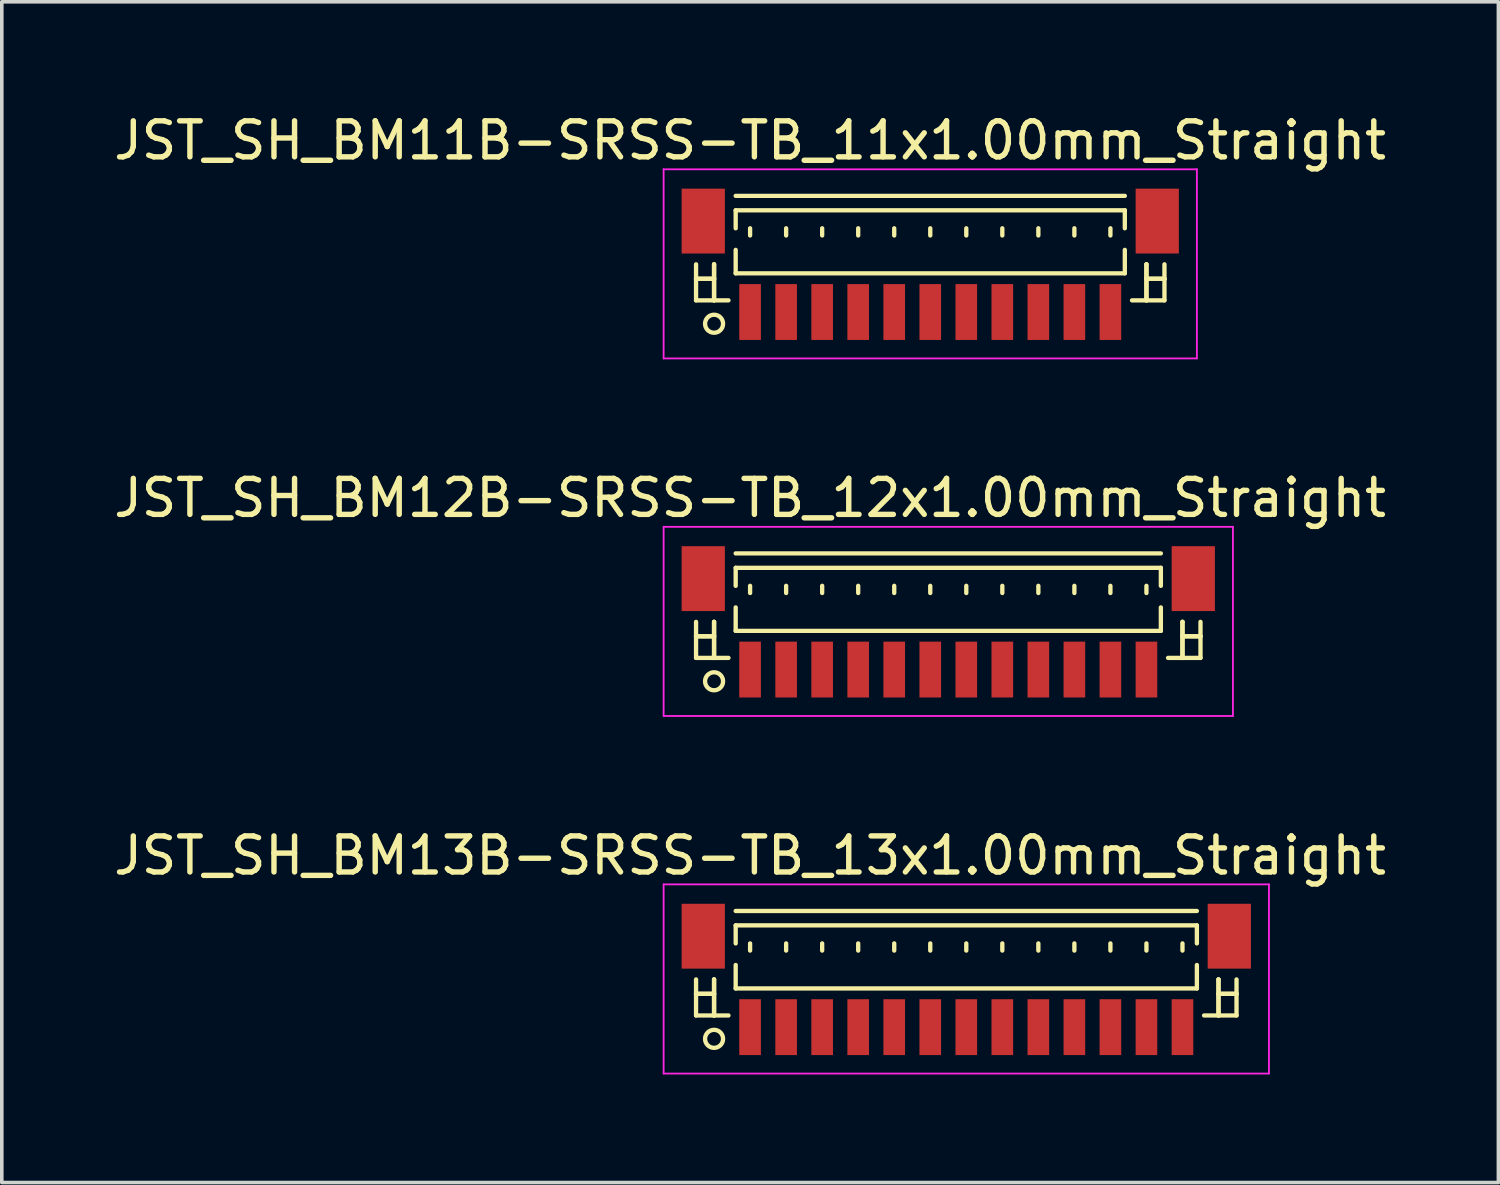
<source format=kicad_pcb>
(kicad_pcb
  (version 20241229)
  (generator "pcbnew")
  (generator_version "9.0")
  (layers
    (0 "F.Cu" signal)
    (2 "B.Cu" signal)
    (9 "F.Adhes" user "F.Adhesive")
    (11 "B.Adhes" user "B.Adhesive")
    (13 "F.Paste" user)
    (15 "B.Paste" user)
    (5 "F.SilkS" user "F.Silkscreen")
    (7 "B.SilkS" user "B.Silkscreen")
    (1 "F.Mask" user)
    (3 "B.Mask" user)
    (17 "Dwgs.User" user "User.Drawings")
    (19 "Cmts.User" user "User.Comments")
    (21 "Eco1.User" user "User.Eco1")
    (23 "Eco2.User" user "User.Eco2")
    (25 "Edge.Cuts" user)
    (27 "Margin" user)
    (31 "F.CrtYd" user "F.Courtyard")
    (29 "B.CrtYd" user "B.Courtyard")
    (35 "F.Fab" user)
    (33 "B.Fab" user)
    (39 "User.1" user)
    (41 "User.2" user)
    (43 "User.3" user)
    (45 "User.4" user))
  (footprint "JST_SH_BM13B-SRSS-TB_13x1.00mm_Straight"
    (layer "F.Cu")
    (at 23.768 24.195)
    (property "Reference" "JST_SH_BM13B-SRSS-TB_13x1.00mm_Straight" (at -6 -3.5 0) (layer "F.SilkS") (effects (font (size 1 1) (thickness 0.15))))
    (attr smd)
    (fp_line (start -7.5 -0.062) (end -7.5 0.938) (stroke (width 0.12) (type solid)) (layer "F.SilkS"))
    (fp_line (start -7.5 0.338) (end -7.5 0.338) (stroke (width 0.12) (type solid)) (layer "F.SilkS"))
    (fp_line (start -7.5 0.338) (end -7 0.338) (stroke (width 0.12) (type solid)) (layer "F.SilkS"))
    (fp_line (start -7.5 0.938) (end -6.6 0.938) (stroke (width 0.12) (type solid)) (layer "F.SilkS"))
    (fp_line (start -7 -0.062) (end -7 -0.062) (stroke (width 0.12) (type solid)) (layer "F.SilkS"))
    (fp_line (start -7 -0.062) (end -7 0.938) (stroke (width 0.12) (type solid)) (layer "F.SilkS"))
    (fp_line (start -7 0.338) (end -7.5 0.338) (stroke (width 0.12) (type solid)) (layer "F.SilkS"))
    (fp_line (start -7 0.338) (end -7 0.338) (stroke (width 0.12) (type solid)) (layer "F.SilkS"))
    (fp_line (start -7 0.938) (end -7 -0.062) (stroke (width 0.12) (type solid)) (layer "F.SilkS"))
    (fp_line (start -7 0.938) (end -7 0.938) (stroke (width 0.12) (type solid)) (layer "F.SilkS"))
    (fp_line (start -6.4 -1.962) (end 6.4 -1.962) (stroke (width 0.12) (type solid)) (layer "F.SilkS"))
    (fp_line (start -6.4 -1.562) (end 6.4 -1.562) (stroke (width 0.12) (type solid)) (layer "F.SilkS"))
    (fp_line (start -6.4 -1.062) (end -6.4 -1.562) (stroke (width 0.12) (type solid)) (layer "F.SilkS"))
    (fp_line (start -6.4 -0.463) (end -6.4 0.188) (stroke (width 0.12) (type solid)) (layer "F.SilkS"))
    (fp_line (start -6.4 0.188) (end 6.4 0.188) (stroke (width 0.12) (type solid)) (layer "F.SilkS"))
    (fp_line (start -6 -1.062) (end -6 -0.863) (stroke (width 0.12) (type solid)) (layer "F.SilkS"))
    (fp_line (start -5 -1.062) (end -5 -0.863) (stroke (width 0.12) (type solid)) (layer "F.SilkS"))
    (fp_line (start -4 -1.062) (end -4 -0.863) (stroke (width 0.12) (type solid)) (layer "F.SilkS"))
    (fp_line (start -3 -1.062) (end -3 -0.863) (stroke (width 0.12) (type solid)) (layer "F.SilkS"))
    (fp_line (start -2 -1.062) (end -2 -0.863) (stroke (width 0.12) (type solid)) (layer "F.SilkS"))
    (fp_line (start -1 -1.062) (end -1 -0.863) (stroke (width 0.12) (type solid)) (layer "F.SilkS"))
    (fp_line (start 0 -1.062) (end 0 -0.863) (stroke (width 0.12) (type solid)) (layer "F.SilkS"))
    (fp_line (start 1 -1.062) (end 1 -0.863) (stroke (width 0.12) (type solid)) (layer "F.SilkS"))
    (fp_line (start 2 -1.062) (end 2 -0.863) (stroke (width 0.12) (type solid)) (layer "F.SilkS"))
    (fp_line (start 3 -1.062) (end 3 -0.863) (stroke (width 0.12) (type solid)) (layer "F.SilkS"))
    (fp_line (start 4 -1.062) (end 4 -0.863) (stroke (width 0.12) (type solid)) (layer "F.SilkS"))
    (fp_line (start 5 -1.062) (end 5 -0.863) (stroke (width 0.12) (type solid)) (layer "F.SilkS"))
    (fp_line (start 6 -1.062) (end 6 -0.863) (stroke (width 0.12) (type solid)) (layer "F.SilkS"))
    (fp_line (start 6.4 -1.562) (end 6.4 -1.062) (stroke (width 0.12) (type solid)) (layer "F.SilkS"))
    (fp_line (start 6.4 0.188) (end 6.4 -0.463) (stroke (width 0.12) (type solid)) (layer "F.SilkS"))
    (fp_line (start 7 -0.062) (end 7 -0.062) (stroke (width 0.12) (type solid)) (layer "F.SilkS"))
    (fp_line (start 7 -0.062) (end 7 0.938) (stroke (width 0.12) (type solid)) (layer "F.SilkS"))
    (fp_line (start 7 0.338) (end 7 0.338) (stroke (width 0.12) (type solid)) (layer "F.SilkS"))
    (fp_line (start 7 0.338) (end 7.5 0.338) (stroke (width 0.12) (type solid)) (layer "F.SilkS"))
    (fp_line (start 7 0.938) (end 7 -0.062) (stroke (width 0.12) (type solid)) (layer "F.SilkS"))
    (fp_line (start 7 0.938) (end 7 0.938) (stroke (width 0.12) (type solid)) (layer "F.SilkS"))
    (fp_line (start 7.5 -0.062) (end 7.5 0.938) (stroke (width 0.12) (type solid)) (layer "F.SilkS"))
    (fp_line (start 7.5 0.338) (end 7 0.338) (stroke (width 0.12) (type solid)) (layer "F.SilkS"))
    (fp_line (start 7.5 0.338) (end 7.5 0.338) (stroke (width 0.12) (type solid)) (layer "F.SilkS"))
    (fp_line (start 7.5 0.938) (end 6.6 0.938) (stroke (width 0.12) (type solid)) (layer "F.SilkS"))
    (fp_circle (center -7 1.587) (end -6.75 1.587) (stroke (width 0.12) (type solid)) (fill no) (layer "F.SilkS"))
    (fp_line (start -8.4 -2.7) (end 8.4 -2.7) (stroke (width 0.05) (type solid)) (layer "F.CrtYd"))
    (fp_line (start -8.4 2.55) (end -8.4 -2.7) (stroke (width 0.05) (type solid)) (layer "F.CrtYd"))
    (fp_line (start 8.4 -2.7) (end 8.4 2.55) (stroke (width 0.05) (type solid)) (layer "F.CrtYd"))
    (fp_line (start 8.4 2.55) (end -8.4 2.55) (stroke (width 0.05) (type solid)) (layer "F.CrtYd"))
    (pad "" smd rect (at -7.3 -1.262) (size 1.2 1.8) (layers "F.Cu" "F.Mask" "F.Paste"))
    (pad "" smd rect (at 7.3 -1.262) (size 1.2 1.8) (layers "F.Cu" "F.Mask" "F.Paste"))
    (pad "1" smd rect (at -6 1.262) (size 0.6 1.55) (layers "F.Cu" "F.Mask" "F.Paste"))
    (pad "2" smd rect (at -5 1.262) (size 0.6 1.55) (layers "F.Cu" "F.Mask" "F.Paste"))
    (pad "3" smd rect (at -4 1.262) (size 0.6 1.55) (layers "F.Cu" "F.Mask" "F.Paste"))
    (pad "4" smd rect (at -3 1.262) (size 0.6 1.55) (layers "F.Cu" "F.Mask" "F.Paste"))
    (pad "5" smd rect (at -2 1.262) (size 0.6 1.55) (layers "F.Cu" "F.Mask" "F.Paste"))
    (pad "6" smd rect (at -1 1.262) (size 0.6 1.55) (layers "F.Cu" "F.Mask" "F.Paste"))
    (pad "7" smd rect (at 0 1.262) (size 0.6 1.55) (layers "F.Cu" "F.Mask" "F.Paste"))
    (pad "8" smd rect (at 1 1.262) (size 0.6 1.55) (layers "F.Cu" "F.Mask" "F.Paste"))
    (pad "9" smd rect (at 2 1.262) (size 0.6 1.55) (layers "F.Cu" "F.Mask" "F.Paste"))
    (pad "10" smd rect (at 3 1.262) (size 0.6 1.55) (layers "F.Cu" "F.Mask" "F.Paste"))
    (pad "11" smd rect (at 4 1.262) (size 0.6 1.55) (layers "F.Cu" "F.Mask" "F.Paste"))
    (pad "12" smd rect (at 5 1.262) (size 0.6 1.55) (layers "F.Cu" "F.Mask" "F.Paste"))
    (pad "13" smd rect (at 6 1.262) (size 0.6 1.55) (layers "F.Cu" "F.Mask" "F.Paste")))
  (footprint "JST_SH_BM11B-SRSS-TB_11x1.00mm_Straight"
    (layer "F.Cu")
    (at 22.768 4.348)
    (property "Reference" "JST_SH_BM11B-SRSS-TB_11x1.00mm_Straight" (at -5 -3.5 0) (layer "F.SilkS") (effects (font (size 1 1) (thickness 0.15))))
    (attr smd)
    (fp_line (start -6.5 -0.062) (end -6.5 0.938) (stroke (width 0.12) (type solid)) (layer "F.SilkS"))
    (fp_line (start -6.5 0.338) (end -6.5 0.338) (stroke (width 0.12) (type solid)) (layer "F.SilkS"))
    (fp_line (start -6.5 0.338) (end -6 0.338) (stroke (width 0.12) (type solid)) (layer "F.SilkS"))
    (fp_line (start -6.5 0.938) (end -5.6 0.938) (stroke (width 0.12) (type solid)) (layer "F.SilkS"))
    (fp_line (start -6 -0.062) (end -6 -0.062) (stroke (width 0.12) (type solid)) (layer "F.SilkS"))
    (fp_line (start -6 -0.062) (end -6 0.938) (stroke (width 0.12) (type solid)) (layer "F.SilkS"))
    (fp_line (start -6 0.338) (end -6.5 0.338) (stroke (width 0.12) (type solid)) (layer "F.SilkS"))
    (fp_line (start -6 0.338) (end -6 0.338) (stroke (width 0.12) (type solid)) (layer "F.SilkS"))
    (fp_line (start -6 0.938) (end -6 -0.062) (stroke (width 0.12) (type solid)) (layer "F.SilkS"))
    (fp_line (start -6 0.938) (end -6 0.938) (stroke (width 0.12) (type solid)) (layer "F.SilkS"))
    (fp_line (start -5.4 -1.962) (end 5.4 -1.962) (stroke (width 0.12) (type solid)) (layer "F.SilkS"))
    (fp_line (start -5.4 -1.562) (end 5.4 -1.562) (stroke (width 0.12) (type solid)) (layer "F.SilkS"))
    (fp_line (start -5.4 -1.062) (end -5.4 -1.562) (stroke (width 0.12) (type solid)) (layer "F.SilkS"))
    (fp_line (start -5.4 -0.463) (end -5.4 0.188) (stroke (width 0.12) (type solid)) (layer "F.SilkS"))
    (fp_line (start -5.4 0.188) (end 5.4 0.188) (stroke (width 0.12) (type solid)) (layer "F.SilkS"))
    (fp_line (start -5 -1.062) (end -5 -0.863) (stroke (width 0.12) (type solid)) (layer "F.SilkS"))
    (fp_line (start -4 -1.062) (end -4 -0.863) (stroke (width 0.12) (type solid)) (layer "F.SilkS"))
    (fp_line (start -3 -1.062) (end -3 -0.863) (stroke (width 0.12) (type solid)) (layer "F.SilkS"))
    (fp_line (start -2 -1.062) (end -2 -0.863) (stroke (width 0.12) (type solid)) (layer "F.SilkS"))
    (fp_line (start -1 -1.062) (end -1 -0.863) (stroke (width 0.12) (type solid)) (layer "F.SilkS"))
    (fp_line (start 0 -1.062) (end 0 -0.863) (stroke (width 0.12) (type solid)) (layer "F.SilkS"))
    (fp_line (start 1 -1.062) (end 1 -0.863) (stroke (width 0.12) (type solid)) (layer "F.SilkS"))
    (fp_line (start 2 -1.062) (end 2 -0.863) (stroke (width 0.12) (type solid)) (layer "F.SilkS"))
    (fp_line (start 3 -1.062) (end 3 -0.863) (stroke (width 0.12) (type solid)) (layer "F.SilkS"))
    (fp_line (start 4 -1.062) (end 4 -0.863) (stroke (width 0.12) (type solid)) (layer "F.SilkS"))
    (fp_line (start 5 -1.062) (end 5 -0.863) (stroke (width 0.12) (type solid)) (layer "F.SilkS"))
    (fp_line (start 5.4 -1.562) (end 5.4 -1.062) (stroke (width 0.12) (type solid)) (layer "F.SilkS"))
    (fp_line (start 5.4 0.188) (end 5.4 -0.463) (stroke (width 0.12) (type solid)) (layer "F.SilkS"))
    (fp_line (start 6 -0.062) (end 6 -0.062) (stroke (width 0.12) (type solid)) (layer "F.SilkS"))
    (fp_line (start 6 -0.062) (end 6 0.938) (stroke (width 0.12) (type solid)) (layer "F.SilkS"))
    (fp_line (start 6 0.338) (end 6 0.338) (stroke (width 0.12) (type solid)) (layer "F.SilkS"))
    (fp_line (start 6 0.338) (end 6.5 0.338) (stroke (width 0.12) (type solid)) (layer "F.SilkS"))
    (fp_line (start 6 0.938) (end 6 -0.062) (stroke (width 0.12) (type solid)) (layer "F.SilkS"))
    (fp_line (start 6 0.938) (end 6 0.938) (stroke (width 0.12) (type solid)) (layer "F.SilkS"))
    (fp_line (start 6.5 -0.062) (end 6.5 0.938) (stroke (width 0.12) (type solid)) (layer "F.SilkS"))
    (fp_line (start 6.5 0.338) (end 6 0.338) (stroke (width 0.12) (type solid)) (layer "F.SilkS"))
    (fp_line (start 6.5 0.338) (end 6.5 0.338) (stroke (width 0.12) (type solid)) (layer "F.SilkS"))
    (fp_line (start 6.5 0.938) (end 5.6 0.938) (stroke (width 0.12) (type solid)) (layer "F.SilkS"))
    (fp_circle (center -6 1.587) (end -5.75 1.587) (stroke (width 0.12) (type solid)) (fill no) (layer "F.SilkS"))
    (fp_line (start -7.4 -2.7) (end 7.4 -2.7) (stroke (width 0.05) (type solid)) (layer "F.CrtYd"))
    (fp_line (start -7.4 2.55) (end -7.4 -2.7) (stroke (width 0.05) (type solid)) (layer "F.CrtYd"))
    (fp_line (start 7.4 -2.7) (end 7.4 2.55) (stroke (width 0.05) (type solid)) (layer "F.CrtYd"))
    (fp_line (start 7.4 2.55) (end -7.4 2.55) (stroke (width 0.05) (type solid)) (layer "F.CrtYd"))
    (pad "" smd rect (at -6.3 -1.262) (size 1.2 1.8) (layers "F.Cu" "F.Mask" "F.Paste"))
    (pad "" smd rect (at 6.3 -1.262) (size 1.2 1.8) (layers "F.Cu" "F.Mask" "F.Paste"))
    (pad "1" smd rect (at -5 1.262) (size 0.6 1.55) (layers "F.Cu" "F.Mask" "F.Paste"))
    (pad "2" smd rect (at -4 1.262) (size 0.6 1.55) (layers "F.Cu" "F.Mask" "F.Paste"))
    (pad "3" smd rect (at -3 1.262) (size 0.6 1.55) (layers "F.Cu" "F.Mask" "F.Paste"))
    (pad "4" smd rect (at -2 1.262) (size 0.6 1.55) (layers "F.Cu" "F.Mask" "F.Paste"))
    (pad "5" smd rect (at -1 1.262) (size 0.6 1.55) (layers "F.Cu" "F.Mask" "F.Paste"))
    (pad "6" smd rect (at 0 1.262) (size 0.6 1.55) (layers "F.Cu" "F.Mask" "F.Paste"))
    (pad "7" smd rect (at 1 1.262) (size 0.6 1.55) (layers "F.Cu" "F.Mask" "F.Paste"))
    (pad "8" smd rect (at 2 1.262) (size 0.6 1.55) (layers "F.Cu" "F.Mask" "F.Paste"))
    (pad "9" smd rect (at 3 1.262) (size 0.6 1.55) (layers "F.Cu" "F.Mask" "F.Paste"))
    (pad "10" smd rect (at 4 1.262) (size 0.6 1.55) (layers "F.Cu" "F.Mask" "F.Paste"))
    (pad "11" smd rect (at 5 1.262) (size 0.6 1.55) (layers "F.Cu" "F.Mask" "F.Paste")))
  (footprint "JST_SH_BM12B-SRSS-TB_12x1.00mm_Straight"
    (layer "F.Cu")
    (at 23.268 14.271)
    (property "Reference" "JST_SH_BM12B-SRSS-TB_12x1.00mm_Straight" (at -5.5 -3.5 0) (layer "F.SilkS") (effects (font (size 1 1) (thickness 0.15))))
    (attr smd)
    (fp_line (start -7 -0.062) (end -7 0.938) (stroke (width 0.12) (type solid)) (layer "F.SilkS"))
    (fp_line (start -7 0.338) (end -7 0.338) (stroke (width 0.12) (type solid)) (layer "F.SilkS"))
    (fp_line (start -7 0.338) (end -6.5 0.338) (stroke (width 0.12) (type solid)) (layer "F.SilkS"))
    (fp_line (start -7 0.938) (end -6.1 0.938) (stroke (width 0.12) (type solid)) (layer "F.SilkS"))
    (fp_line (start -6.5 -0.062) (end -6.5 -0.062) (stroke (width 0.12) (type solid)) (layer "F.SilkS"))
    (fp_line (start -6.5 -0.062) (end -6.5 0.938) (stroke (width 0.12) (type solid)) (layer "F.SilkS"))
    (fp_line (start -6.5 0.338) (end -7 0.338) (stroke (width 0.12) (type solid)) (layer "F.SilkS"))
    (fp_line (start -6.5 0.338) (end -6.5 0.338) (stroke (width 0.12) (type solid)) (layer "F.SilkS"))
    (fp_line (start -6.5 0.938) (end -6.5 -0.062) (stroke (width 0.12) (type solid)) (layer "F.SilkS"))
    (fp_line (start -6.5 0.938) (end -6.5 0.938) (stroke (width 0.12) (type solid)) (layer "F.SilkS"))
    (fp_line (start -5.9 -1.962) (end 5.9 -1.962) (stroke (width 0.12) (type solid)) (layer "F.SilkS"))
    (fp_line (start -5.9 -1.562) (end 5.9 -1.562) (stroke (width 0.12) (type solid)) (layer "F.SilkS"))
    (fp_line (start -5.9 -1.062) (end -5.9 -1.562) (stroke (width 0.12) (type solid)) (layer "F.SilkS"))
    (fp_line (start -5.9 -0.463) (end -5.9 0.188) (stroke (width 0.12) (type solid)) (layer "F.SilkS"))
    (fp_line (start -5.9 0.188) (end 5.9 0.188) (stroke (width 0.12) (type solid)) (layer "F.SilkS"))
    (fp_line (start -5.5 -1.062) (end -5.5 -0.863) (stroke (width 0.12) (type solid)) (layer "F.SilkS"))
    (fp_line (start -4.5 -1.062) (end -4.5 -0.863) (stroke (width 0.12) (type solid)) (layer "F.SilkS"))
    (fp_line (start -3.5 -1.062) (end -3.5 -0.863) (stroke (width 0.12) (type solid)) (layer "F.SilkS"))
    (fp_line (start -2.5 -1.062) (end -2.5 -0.863) (stroke (width 0.12) (type solid)) (layer "F.SilkS"))
    (fp_line (start -1.5 -1.062) (end -1.5 -0.863) (stroke (width 0.12) (type solid)) (layer "F.SilkS"))
    (fp_line (start -0.5 -1.062) (end -0.5 -0.863) (stroke (width 0.12) (type solid)) (layer "F.SilkS"))
    (fp_line (start 0.5 -1.062) (end 0.5 -0.863) (stroke (width 0.12) (type solid)) (layer "F.SilkS"))
    (fp_line (start 1.5 -1.062) (end 1.5 -0.863) (stroke (width 0.12) (type solid)) (layer "F.SilkS"))
    (fp_line (start 2.5 -1.062) (end 2.5 -0.863) (stroke (width 0.12) (type solid)) (layer "F.SilkS"))
    (fp_line (start 3.5 -1.062) (end 3.5 -0.863) (stroke (width 0.12) (type solid)) (layer "F.SilkS"))
    (fp_line (start 4.5 -1.062) (end 4.5 -0.863) (stroke (width 0.12) (type solid)) (layer "F.SilkS"))
    (fp_line (start 5.5 -1.062) (end 5.5 -0.863) (stroke (width 0.12) (type solid)) (layer "F.SilkS"))
    (fp_line (start 5.9 -1.562) (end 5.9 -1.062) (stroke (width 0.12) (type solid)) (layer "F.SilkS"))
    (fp_line (start 5.9 0.188) (end 5.9 -0.463) (stroke (width 0.12) (type solid)) (layer "F.SilkS"))
    (fp_line (start 6.5 -0.062) (end 6.5 -0.062) (stroke (width 0.12) (type solid)) (layer "F.SilkS"))
    (fp_line (start 6.5 -0.062) (end 6.5 0.938) (stroke (width 0.12) (type solid)) (layer "F.SilkS"))
    (fp_line (start 6.5 0.338) (end 6.5 0.338) (stroke (width 0.12) (type solid)) (layer "F.SilkS"))
    (fp_line (start 6.5 0.338) (end 7 0.338) (stroke (width 0.12) (type solid)) (layer "F.SilkS"))
    (fp_line (start 6.5 0.938) (end 6.5 -0.062) (stroke (width 0.12) (type solid)) (layer "F.SilkS"))
    (fp_line (start 6.5 0.938) (end 6.5 0.938) (stroke (width 0.12) (type solid)) (layer "F.SilkS"))
    (fp_line (start 7 -0.062) (end 7 0.938) (stroke (width 0.12) (type solid)) (layer "F.SilkS"))
    (fp_line (start 7 0.338) (end 6.5 0.338) (stroke (width 0.12) (type solid)) (layer "F.SilkS"))
    (fp_line (start 7 0.338) (end 7 0.338) (stroke (width 0.12) (type solid)) (layer "F.SilkS"))
    (fp_line (start 7 0.938) (end 6.1 0.938) (stroke (width 0.12) (type solid)) (layer "F.SilkS"))
    (fp_circle (center -6.5 1.587) (end -6.25 1.587) (stroke (width 0.12) (type solid)) (fill no) (layer "F.SilkS"))
    (fp_line (start -7.9 -2.7) (end 7.9 -2.7) (stroke (width 0.05) (type solid)) (layer "F.CrtYd"))
    (fp_line (start -7.9 2.55) (end -7.9 -2.7) (stroke (width 0.05) (type solid)) (layer "F.CrtYd"))
    (fp_line (start 7.9 -2.7) (end 7.9 2.55) (stroke (width 0.05) (type solid)) (layer "F.CrtYd"))
    (fp_line (start 7.9 2.55) (end -7.9 2.55) (stroke (width 0.05) (type solid)) (layer "F.CrtYd"))
    (pad "" smd rect (at -6.8 -1.262) (size 1.2 1.8) (layers "F.Cu" "F.Mask" "F.Paste"))
    (pad "" smd rect (at 6.8 -1.262) (size 1.2 1.8) (layers "F.Cu" "F.Mask" "F.Paste"))
    (pad "1" smd rect (at -5.5 1.262) (size 0.6 1.55) (layers "F.Cu" "F.Mask" "F.Paste"))
    (pad "2" smd rect (at -4.5 1.262) (size 0.6 1.55) (layers "F.Cu" "F.Mask" "F.Paste"))
    (pad "3" smd rect (at -3.5 1.262) (size 0.6 1.55) (layers "F.Cu" "F.Mask" "F.Paste"))
    (pad "4" smd rect (at -2.5 1.262) (size 0.6 1.55) (layers "F.Cu" "F.Mask" "F.Paste"))
    (pad "5" smd rect (at -1.5 1.262) (size 0.6 1.55) (layers "F.Cu" "F.Mask" "F.Paste"))
    (pad "6" smd rect (at -0.5 1.262) (size 0.6 1.55) (layers "F.Cu" "F.Mask" "F.Paste"))
    (pad "7" smd rect (at 0.5 1.262) (size 0.6 1.55) (layers "F.Cu" "F.Mask" "F.Paste"))
    (pad "8" smd rect (at 1.5 1.262) (size 0.6 1.55) (layers "F.Cu" "F.Mask" "F.Paste"))
    (pad "9" smd rect (at 2.5 1.262) (size 0.6 1.55) (layers "F.Cu" "F.Mask" "F.Paste"))
    (pad "10" smd rect (at 3.5 1.262) (size 0.6 1.55) (layers "F.Cu" "F.Mask" "F.Paste"))
    (pad "11" smd rect (at 4.5 1.262) (size 0.6 1.55) (layers "F.Cu" "F.Mask" "F.Paste"))
    (pad "12" smd rect (at 5.5 1.262) (size 0.6 1.55) (layers "F.Cu" "F.Mask" "F.Paste")))
  (gr_rect
    (start -3 -3)
    (end 38.536 29.77)
    (stroke (width 0.1) (type default))
    (fill no)
    (layer "Edge.Cuts")))
</source>
